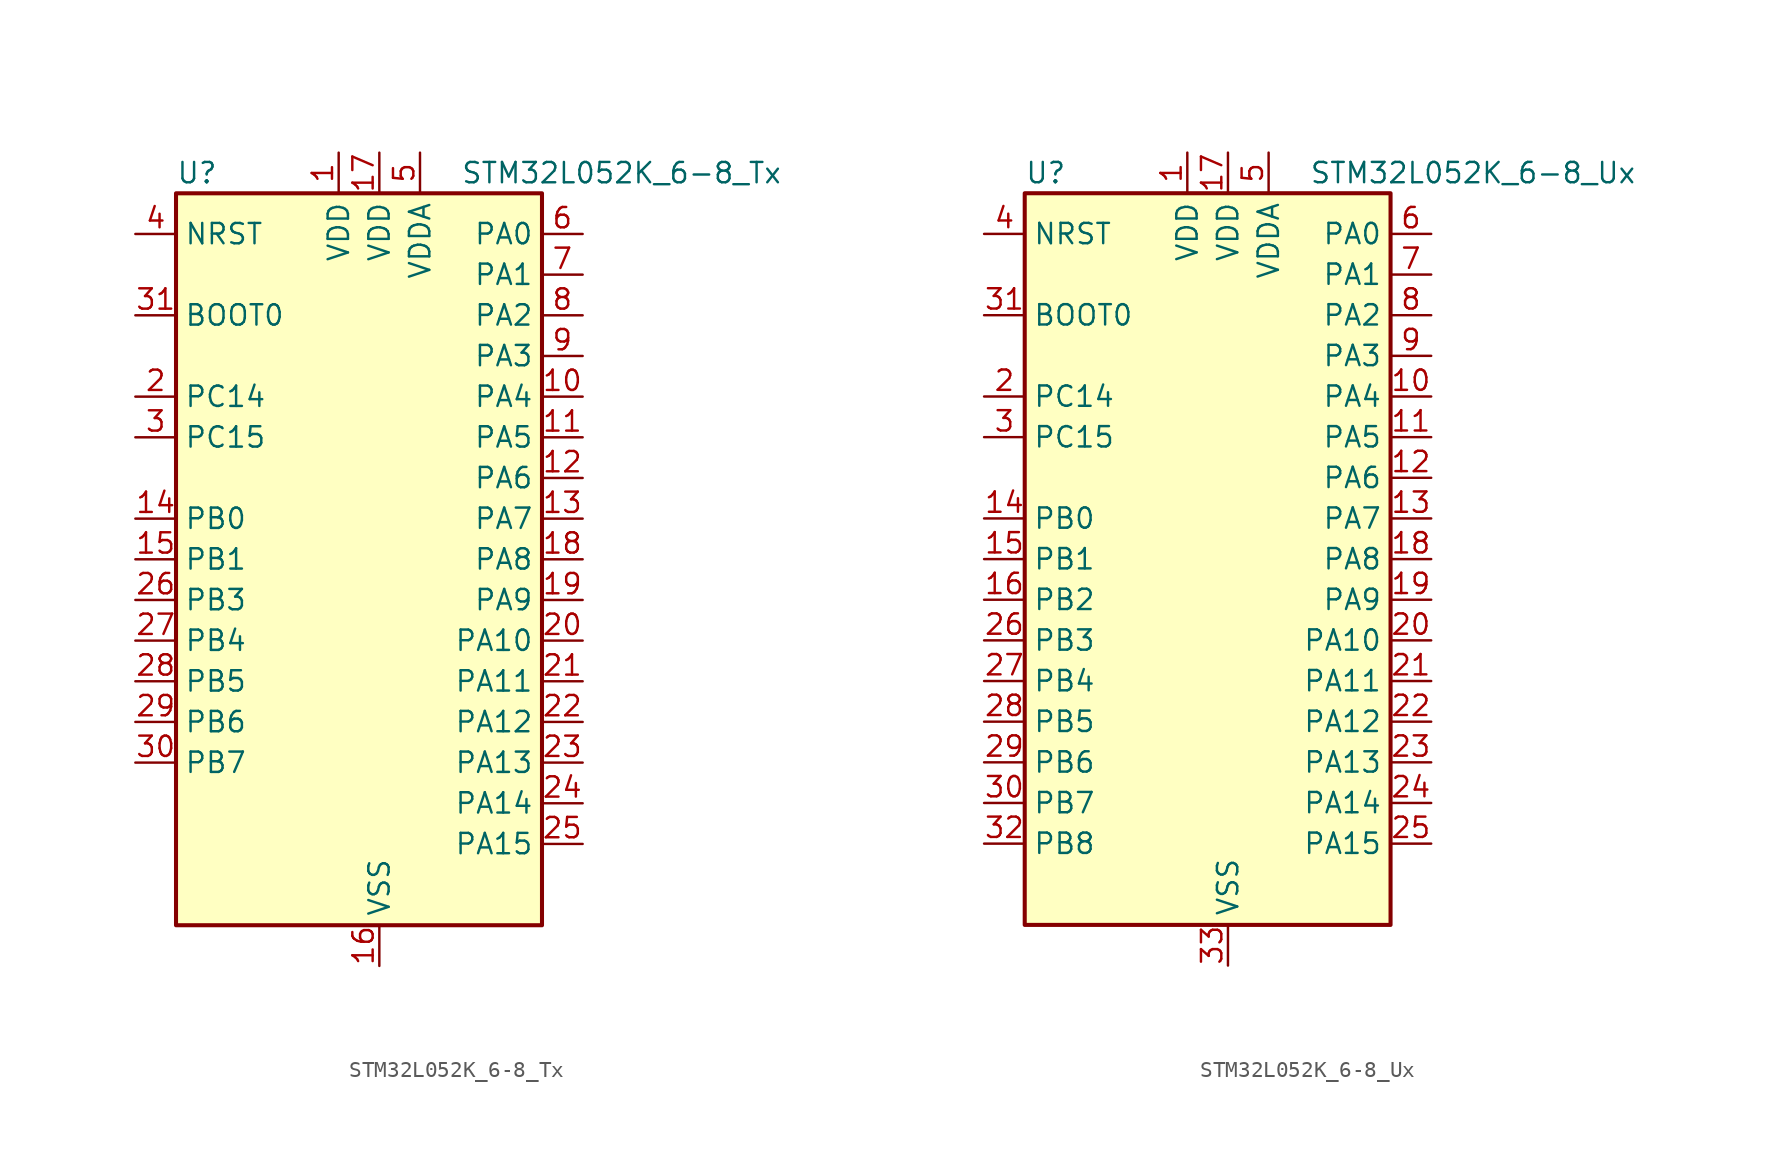
<source format=kicad_sym>
(kicad_symbol_lib
  (version 20231120)
  (generator "kicad_symbol_editor")
  (generator_version "8.0")
  (symbol "STM32L052K_6-8_Tx"
    (property "Reference" "U"
      (at -10.16 24.13 0)
      (effects (font (size 1.27 1.27)) (justify left)))
    (property "Value" "STM32L052K_6-8_Tx"
      (at 7.62 24.13 0)
      (effects (font (size 1.27 1.27)) (justify left)))
    (property "ki_locked" ""
      (at 0 0 0)
      (effects (font (size 1.27 1.27))))
    (symbol "STM32L052K_6-8_Tx_0_1"
      (rectangle (start -10.16 -22.86) (end 12.7 22.86) (stroke (width 0.254) (type default)) (fill (type background))))
    (symbol "STM32L052K_6-8_Tx_1_1"
      (pin power_in line (at 0 25.4 270) (length 2.54) (name "VDD" (effects (font (size 1.27 1.27)))) (number "1" (effects (font (size 1.27 1.27)))))
      (pin bidirectional line (at 15.24 10.16 180) (length 2.54) (name "PA4" (effects (font (size 1.27 1.27)))) (number "10" (effects (font (size 1.27 1.27)))) (alternate "ADC_IN4" bidirectional line) (alternate "COMP1_INM" bidirectional line) (alternate "COMP2_INM" bidirectional line) (alternate "DAC_OUT1" bidirectional line) (alternate "SPI1_NSS" bidirectional line) (alternate "TIM22_ETR" bidirectional line) (alternate "TSC_G2_IO1" bidirectional line) (alternate "USART2_CK" bidirectional line))
      (pin bidirectional line (at 15.24 7.62 180) (length 2.54) (name "PA5" (effects (font (size 1.27 1.27)))) (number "11" (effects (font (size 1.27 1.27)))) (alternate "ADC_IN5" bidirectional line) (alternate "COMP1_INM" bidirectional line) (alternate "COMP2_INM" bidirectional line) (alternate "SPI1_SCK" bidirectional line) (alternate "TIM2_CH1" bidirectional line) (alternate "TIM2_ETR" bidirectional line) (alternate "TSC_G2_IO2" bidirectional line))
      (pin bidirectional line (at 15.24 5.08 180) (length 2.54) (name "PA6" (effects (font (size 1.27 1.27)))) (number "12" (effects (font (size 1.27 1.27)))) (alternate "ADC_IN6" bidirectional line) (alternate "COMP1_OUT" bidirectional line) (alternate "SPI1_MISO" bidirectional line) (alternate "TIM22_CH1" bidirectional line) (alternate "TSC_G2_IO3" bidirectional line))
      (pin bidirectional line (at 15.24 2.54 180) (length 2.54) (name "PA7" (effects (font (size 1.27 1.27)))) (number "13" (effects (font (size 1.27 1.27)))) (alternate "ADC_IN7" bidirectional line) (alternate "COMP2_OUT" bidirectional line) (alternate "SPI1_MOSI" bidirectional line) (alternate "TIM22_CH2" bidirectional line) (alternate "TSC_G2_IO4" bidirectional line))
      (pin bidirectional line (at -12.7 2.54 0) (length 2.54) (name "PB0" (effects (font (size 1.27 1.27)))) (number "14" (effects (font (size 1.27 1.27)))) (alternate "ADC_IN8" bidirectional line) (alternate "SYS_VREF_OUT_PB0" bidirectional line) (alternate "TSC_G3_IO2" bidirectional line))
      (pin bidirectional line (at -12.7 0 0) (length 2.54) (name "PB1" (effects (font (size 1.27 1.27)))) (number "15" (effects (font (size 1.27 1.27)))) (alternate "ADC_IN9" bidirectional line) (alternate "SYS_VREF_OUT_PB1" bidirectional line) (alternate "TSC_G3_IO3" bidirectional line))
      (pin power_in line (at 2.54 -25.4 90) (length 2.54) (name "VSS" (effects (font (size 1.27 1.27)))) (number "16" (effects (font (size 1.27 1.27)))))
      (pin power_in line (at 2.54 25.4 270) (length 2.54) (name "VDD" (effects (font (size 1.27 1.27)))) (number "17" (effects (font (size 1.27 1.27)))))
      (pin bidirectional line (at 15.24 0 180) (length 2.54) (name "PA8" (effects (font (size 1.27 1.27)))) (number "18" (effects (font (size 1.27 1.27)))) (alternate "CRS_SYNC" bidirectional line) (alternate "RCC_MCO" bidirectional line) (alternate "USART1_CK" bidirectional line))
      (pin bidirectional line (at 15.24 -2.54 180) (length 2.54) (name "PA9" (effects (font (size 1.27 1.27)))) (number "19" (effects (font (size 1.27 1.27)))) (alternate "DAC_EXTI9" bidirectional line) (alternate "RCC_MCO" bidirectional line) (alternate "TSC_G4_IO1" bidirectional line) (alternate "USART1_TX" bidirectional line))
      (pin bidirectional line (at -12.7 10.16 0) (length 2.54) (name "PC14" (effects (font (size 1.27 1.27)))) (number "2" (effects (font (size 1.27 1.27)))) (alternate "RCC_OSC32_IN" bidirectional line))
      (pin bidirectional line (at 15.24 -5.08 180) (length 2.54) (name "PA10" (effects (font (size 1.27 1.27)))) (number "20" (effects (font (size 1.27 1.27)))) (alternate "TSC_G4_IO2" bidirectional line) (alternate "USART1_RX" bidirectional line))
      (pin bidirectional line (at 15.24 -7.62 180) (length 2.54) (name "PA11" (effects (font (size 1.27 1.27)))) (number "21" (effects (font (size 1.27 1.27)))) (alternate "ADC_EXTI11" bidirectional line) (alternate "COMP1_OUT" bidirectional line) (alternate "SPI1_MISO" bidirectional line) (alternate "TSC_G4_IO3" bidirectional line) (alternate "USART1_CTS" bidirectional line) (alternate "USB_DM" bidirectional line))
      (pin bidirectional line (at 15.24 -10.16 180) (length 2.54) (name "PA12" (effects (font (size 1.27 1.27)))) (number "22" (effects (font (size 1.27 1.27)))) (alternate "COMP2_OUT" bidirectional line) (alternate "SPI1_MOSI" bidirectional line) (alternate "TSC_G4_IO4" bidirectional line) (alternate "USART1_DE" bidirectional line) (alternate "USART1_RTS" bidirectional line) (alternate "USB_DP" bidirectional line))
      (pin bidirectional line (at 15.24 -12.7 180) (length 2.54) (name "PA13" (effects (font (size 1.27 1.27)))) (number "23" (effects (font (size 1.27 1.27)))) (alternate "SYS_SWDIO" bidirectional line) (alternate "USB_NOE" bidirectional line))
      (pin bidirectional line (at 15.24 -15.24 180) (length 2.54) (name "PA14" (effects (font (size 1.27 1.27)))) (number "24" (effects (font (size 1.27 1.27)))) (alternate "SYS_SWCLK" bidirectional line) (alternate "USART2_TX" bidirectional line))
      (pin bidirectional line (at 15.24 -17.78 180) (length 2.54) (name "PA15" (effects (font (size 1.27 1.27)))) (number "25" (effects (font (size 1.27 1.27)))) (alternate "SPI1_NSS" bidirectional line) (alternate "TIM2_CH1" bidirectional line) (alternate "TIM2_ETR" bidirectional line) (alternate "USART2_RX" bidirectional line))
      (pin bidirectional line (at -12.7 -2.54 0) (length 2.54) (name "PB3" (effects (font (size 1.27 1.27)))) (number "26" (effects (font (size 1.27 1.27)))) (alternate "COMP2_INM" bidirectional line) (alternate "SPI1_SCK" bidirectional line) (alternate "TIM2_CH2" bidirectional line) (alternate "TSC_G5_IO1" bidirectional line))
      (pin bidirectional line (at -12.7 -5.08 0) (length 2.54) (name "PB4" (effects (font (size 1.27 1.27)))) (number "27" (effects (font (size 1.27 1.27)))) (alternate "COMP2_INP" bidirectional line) (alternate "SPI1_MISO" bidirectional line) (alternate "TIM22_CH1" bidirectional line) (alternate "TSC_G5_IO2" bidirectional line))
      (pin bidirectional line (at -12.7 -7.62 0) (length 2.54) (name "PB5" (effects (font (size 1.27 1.27)))) (number "28" (effects (font (size 1.27 1.27)))) (alternate "COMP2_INP" bidirectional line) (alternate "I2C1_SMBA" bidirectional line) (alternate "LPTIM1_IN1" bidirectional line) (alternate "SPI1_MOSI" bidirectional line) (alternate "TIM22_CH2" bidirectional line))
      (pin bidirectional line (at -12.7 -10.16 0) (length 2.54) (name "PB6" (effects (font (size 1.27 1.27)))) (number "29" (effects (font (size 1.27 1.27)))) (alternate "COMP2_INP" bidirectional line) (alternate "I2C1_SCL" bidirectional line) (alternate "LPTIM1_ETR" bidirectional line) (alternate "TSC_G5_IO3" bidirectional line) (alternate "USART1_TX" bidirectional line))
      (pin bidirectional line (at -12.7 7.62 0) (length 2.54) (name "PC15" (effects (font (size 1.27 1.27)))) (number "3" (effects (font (size 1.27 1.27)))) (alternate "RCC_OSC32_OUT" bidirectional line))
      (pin bidirectional line (at -12.7 -12.7 0) (length 2.54) (name "PB7" (effects (font (size 1.27 1.27)))) (number "30" (effects (font (size 1.27 1.27)))) (alternate "COMP2_INP" bidirectional line) (alternate "I2C1_SDA" bidirectional line) (alternate "LPTIM1_IN2" bidirectional line) (alternate "SYS_PVD_IN" bidirectional line) (alternate "TSC_G5_IO4" bidirectional line) (alternate "USART1_RX" bidirectional line))
      (pin input line (at -12.7 15.24 0) (length 2.54) (name "BOOT0" (effects (font (size 1.27 1.27)))) (number "31" (effects (font (size 1.27 1.27)))))
      (pin passive line (at 2.54 -25.4 90) (length 2.54) hide (name "VSS" (effects (font (size 1.27 1.27)))) (number "32" (effects (font (size 1.27 1.27)))))
      (pin input line (at -12.7 20.32 0) (length 2.54) (name "NRST" (effects (font (size 1.27 1.27)))) (number "4" (effects (font (size 1.27 1.27)))))
      (pin power_in line (at 5.08 25.4 270) (length 2.54) (name "VDDA" (effects (font (size 1.27 1.27)))) (number "5" (effects (font (size 1.27 1.27)))))
      (pin bidirectional line (at 15.24 20.32 180) (length 2.54) (name "PA0" (effects (font (size 1.27 1.27)))) (number "6" (effects (font (size 1.27 1.27)))) (alternate "ADC_IN0" bidirectional line) (alternate "COMP1_INM" bidirectional line) (alternate "COMP1_OUT" bidirectional line) (alternate "RTC_TAMP2" bidirectional line) (alternate "SYS_WKUP1" bidirectional line) (alternate "TIM2_CH1" bidirectional line) (alternate "TIM2_ETR" bidirectional line) (alternate "TSC_G1_IO1" bidirectional line) (alternate "USART2_CTS" bidirectional line))
      (pin bidirectional line (at 15.24 17.78 180) (length 2.54) (name "PA1" (effects (font (size 1.27 1.27)))) (number "7" (effects (font (size 1.27 1.27)))) (alternate "ADC_IN1" bidirectional line) (alternate "COMP1_INP" bidirectional line) (alternate "TIM21_ETR" bidirectional line) (alternate "TIM2_CH2" bidirectional line) (alternate "TSC_G1_IO2" bidirectional line) (alternate "USART2_DE" bidirectional line) (alternate "USART2_RTS" bidirectional line))
      (pin bidirectional line (at 15.24 15.24 180) (length 2.54) (name "PA2" (effects (font (size 1.27 1.27)))) (number "8" (effects (font (size 1.27 1.27)))) (alternate "ADC_IN2" bidirectional line) (alternate "COMP2_INM" bidirectional line) (alternate "COMP2_OUT" bidirectional line) (alternate "TIM21_CH1" bidirectional line) (alternate "TIM2_CH3" bidirectional line) (alternate "TSC_G1_IO3" bidirectional line) (alternate "USART2_TX" bidirectional line))
      (pin bidirectional line (at 15.24 12.7 180) (length 2.54) (name "PA3" (effects (font (size 1.27 1.27)))) (number "9" (effects (font (size 1.27 1.27)))) (alternate "ADC_IN3" bidirectional line) (alternate "COMP2_INP" bidirectional line) (alternate "TIM21_CH2" bidirectional line) (alternate "TIM2_CH4" bidirectional line) (alternate "TSC_G1_IO4" bidirectional line) (alternate "USART2_RX" bidirectional line))))
  (symbol "STM32L052K_6-8_Ux"
    (property "Reference" "U"
      (at -10.16 24.13 0)
      (effects (font (size 1.27 1.27)) (justify left)))
    (property "Value" "STM32L052K_6-8_Ux"
      (at 7.62 24.13 0)
      (effects (font (size 1.27 1.27)) (justify left)))
    (property "ki_locked" ""
      (at 0 0 0)
      (effects (font (size 1.27 1.27))))
    (symbol "STM32L052K_6-8_Ux_0_1"
      (rectangle (start -10.16 -22.86) (end 12.7 22.86) (stroke (width 0.254) (type default)) (fill (type background))))
    (symbol "STM32L052K_6-8_Ux_1_1"
      (pin power_in line (at 0 25.4 270) (length 2.54) (name "VDD" (effects (font (size 1.27 1.27)))) (number "1" (effects (font (size 1.27 1.27)))))
      (pin bidirectional line (at 15.24 10.16 180) (length 2.54) (name "PA4" (effects (font (size 1.27 1.27)))) (number "10" (effects (font (size 1.27 1.27)))) (alternate "ADC_IN4" bidirectional line) (alternate "COMP1_INM" bidirectional line) (alternate "COMP2_INM" bidirectional line) (alternate "DAC_OUT1" bidirectional line) (alternate "SPI1_NSS" bidirectional line) (alternate "TIM22_ETR" bidirectional line) (alternate "TSC_G2_IO1" bidirectional line) (alternate "USART2_CK" bidirectional line))
      (pin bidirectional line (at 15.24 7.62 180) (length 2.54) (name "PA5" (effects (font (size 1.27 1.27)))) (number "11" (effects (font (size 1.27 1.27)))) (alternate "ADC_IN5" bidirectional line) (alternate "COMP1_INM" bidirectional line) (alternate "COMP2_INM" bidirectional line) (alternate "SPI1_SCK" bidirectional line) (alternate "TIM2_CH1" bidirectional line) (alternate "TIM2_ETR" bidirectional line) (alternate "TSC_G2_IO2" bidirectional line))
      (pin bidirectional line (at 15.24 5.08 180) (length 2.54) (name "PA6" (effects (font (size 1.27 1.27)))) (number "12" (effects (font (size 1.27 1.27)))) (alternate "ADC_IN6" bidirectional line) (alternate "COMP1_OUT" bidirectional line) (alternate "SPI1_MISO" bidirectional line) (alternate "TIM22_CH1" bidirectional line) (alternate "TSC_G2_IO3" bidirectional line))
      (pin bidirectional line (at 15.24 2.54 180) (length 2.54) (name "PA7" (effects (font (size 1.27 1.27)))) (number "13" (effects (font (size 1.27 1.27)))) (alternate "ADC_IN7" bidirectional line) (alternate "COMP2_OUT" bidirectional line) (alternate "SPI1_MOSI" bidirectional line) (alternate "TIM22_CH2" bidirectional line) (alternate "TSC_G2_IO4" bidirectional line))
      (pin bidirectional line (at -12.7 2.54 0) (length 2.54) (name "PB0" (effects (font (size 1.27 1.27)))) (number "14" (effects (font (size 1.27 1.27)))) (alternate "ADC_IN8" bidirectional line) (alternate "SYS_VREF_OUT_PB0" bidirectional line) (alternate "TSC_G3_IO2" bidirectional line))
      (pin bidirectional line (at -12.7 0 0) (length 2.54) (name "PB1" (effects (font (size 1.27 1.27)))) (number "15" (effects (font (size 1.27 1.27)))) (alternate "ADC_IN9" bidirectional line) (alternate "SYS_VREF_OUT_PB1" bidirectional line) (alternate "TSC_G3_IO3" bidirectional line))
      (pin bidirectional line (at -12.7 -2.54 0) (length 2.54) (name "PB2" (effects (font (size 1.27 1.27)))) (number "16" (effects (font (size 1.27 1.27)))) (alternate "LPTIM1_OUT" bidirectional line) (alternate "TSC_G3_IO4" bidirectional line))
      (pin power_in line (at 2.54 25.4 270) (length 2.54) (name "VDD" (effects (font (size 1.27 1.27)))) (number "17" (effects (font (size 1.27 1.27)))))
      (pin bidirectional line (at 15.24 0 180) (length 2.54) (name "PA8" (effects (font (size 1.27 1.27)))) (number "18" (effects (font (size 1.27 1.27)))) (alternate "CRS_SYNC" bidirectional line) (alternate "RCC_MCO" bidirectional line) (alternate "USART1_CK" bidirectional line))
      (pin bidirectional line (at 15.24 -2.54 180) (length 2.54) (name "PA9" (effects (font (size 1.27 1.27)))) (number "19" (effects (font (size 1.27 1.27)))) (alternate "DAC_EXTI9" bidirectional line) (alternate "RCC_MCO" bidirectional line) (alternate "TSC_G4_IO1" bidirectional line) (alternate "USART1_TX" bidirectional line))
      (pin bidirectional line (at -12.7 10.16 0) (length 2.54) (name "PC14" (effects (font (size 1.27 1.27)))) (number "2" (effects (font (size 1.27 1.27)))) (alternate "RCC_OSC32_IN" bidirectional line))
      (pin bidirectional line (at 15.24 -5.08 180) (length 2.54) (name "PA10" (effects (font (size 1.27 1.27)))) (number "20" (effects (font (size 1.27 1.27)))) (alternate "TSC_G4_IO2" bidirectional line) (alternate "USART1_RX" bidirectional line))
      (pin bidirectional line (at 15.24 -7.62 180) (length 2.54) (name "PA11" (effects (font (size 1.27 1.27)))) (number "21" (effects (font (size 1.27 1.27)))) (alternate "ADC_EXTI11" bidirectional line) (alternate "COMP1_OUT" bidirectional line) (alternate "SPI1_MISO" bidirectional line) (alternate "TSC_G4_IO3" bidirectional line) (alternate "USART1_CTS" bidirectional line) (alternate "USB_DM" bidirectional line))
      (pin bidirectional line (at 15.24 -10.16 180) (length 2.54) (name "PA12" (effects (font (size 1.27 1.27)))) (number "22" (effects (font (size 1.27 1.27)))) (alternate "COMP2_OUT" bidirectional line) (alternate "SPI1_MOSI" bidirectional line) (alternate "TSC_G4_IO4" bidirectional line) (alternate "USART1_DE" bidirectional line) (alternate "USART1_RTS" bidirectional line) (alternate "USB_DP" bidirectional line))
      (pin bidirectional line (at 15.24 -12.7 180) (length 2.54) (name "PA13" (effects (font (size 1.27 1.27)))) (number "23" (effects (font (size 1.27 1.27)))) (alternate "SYS_SWDIO" bidirectional line) (alternate "USB_NOE" bidirectional line))
      (pin bidirectional line (at 15.24 -15.24 180) (length 2.54) (name "PA14" (effects (font (size 1.27 1.27)))) (number "24" (effects (font (size 1.27 1.27)))) (alternate "SYS_SWCLK" bidirectional line) (alternate "USART2_TX" bidirectional line))
      (pin bidirectional line (at 15.24 -17.78 180) (length 2.54) (name "PA15" (effects (font (size 1.27 1.27)))) (number "25" (effects (font (size 1.27 1.27)))) (alternate "SPI1_NSS" bidirectional line) (alternate "TIM2_CH1" bidirectional line) (alternate "TIM2_ETR" bidirectional line) (alternate "USART2_RX" bidirectional line))
      (pin bidirectional line (at -12.7 -5.08 0) (length 2.54) (name "PB3" (effects (font (size 1.27 1.27)))) (number "26" (effects (font (size 1.27 1.27)))) (alternate "COMP2_INM" bidirectional line) (alternate "SPI1_SCK" bidirectional line) (alternate "TIM2_CH2" bidirectional line) (alternate "TSC_G5_IO1" bidirectional line))
      (pin bidirectional line (at -12.7 -7.62 0) (length 2.54) (name "PB4" (effects (font (size 1.27 1.27)))) (number "27" (effects (font (size 1.27 1.27)))) (alternate "COMP2_INP" bidirectional line) (alternate "SPI1_MISO" bidirectional line) (alternate "TIM22_CH1" bidirectional line) (alternate "TSC_G5_IO2" bidirectional line))
      (pin bidirectional line (at -12.7 -10.16 0) (length 2.54) (name "PB5" (effects (font (size 1.27 1.27)))) (number "28" (effects (font (size 1.27 1.27)))) (alternate "COMP2_INP" bidirectional line) (alternate "I2C1_SMBA" bidirectional line) (alternate "LPTIM1_IN1" bidirectional line) (alternate "SPI1_MOSI" bidirectional line) (alternate "TIM22_CH2" bidirectional line))
      (pin bidirectional line (at -12.7 -12.7 0) (length 2.54) (name "PB6" (effects (font (size 1.27 1.27)))) (number "29" (effects (font (size 1.27 1.27)))) (alternate "COMP2_INP" bidirectional line) (alternate "I2C1_SCL" bidirectional line) (alternate "LPTIM1_ETR" bidirectional line) (alternate "TSC_G5_IO3" bidirectional line) (alternate "USART1_TX" bidirectional line))
      (pin bidirectional line (at -12.7 7.62 0) (length 2.54) (name "PC15" (effects (font (size 1.27 1.27)))) (number "3" (effects (font (size 1.27 1.27)))) (alternate "RCC_OSC32_OUT" bidirectional line))
      (pin bidirectional line (at -12.7 -15.24 0) (length 2.54) (name "PB7" (effects (font (size 1.27 1.27)))) (number "30" (effects (font (size 1.27 1.27)))) (alternate "COMP2_INP" bidirectional line) (alternate "I2C1_SDA" bidirectional line) (alternate "LPTIM1_IN2" bidirectional line) (alternate "SYS_PVD_IN" bidirectional line) (alternate "TSC_G5_IO4" bidirectional line) (alternate "USART1_RX" bidirectional line))
      (pin input line (at -12.7 15.24 0) (length 2.54) (name "BOOT0" (effects (font (size 1.27 1.27)))) (number "31" (effects (font (size 1.27 1.27)))))
      (pin bidirectional line (at -12.7 -17.78 0) (length 2.54) (name "PB8" (effects (font (size 1.27 1.27)))) (number "32" (effects (font (size 1.27 1.27)))) (alternate "I2C1_SCL" bidirectional line) (alternate "TSC_SYNC" bidirectional line))
      (pin power_in line (at 2.54 -25.4 90) (length 2.54) (name "VSS" (effects (font (size 1.27 1.27)))) (number "33" (effects (font (size 1.27 1.27)))))
      (pin input line (at -12.7 20.32 0) (length 2.54) (name "NRST" (effects (font (size 1.27 1.27)))) (number "4" (effects (font (size 1.27 1.27)))))
      (pin power_in line (at 5.08 25.4 270) (length 2.54) (name "VDDA" (effects (font (size 1.27 1.27)))) (number "5" (effects (font (size 1.27 1.27)))))
      (pin bidirectional line (at 15.24 20.32 180) (length 2.54) (name "PA0" (effects (font (size 1.27 1.27)))) (number "6" (effects (font (size 1.27 1.27)))) (alternate "ADC_IN0" bidirectional line) (alternate "COMP1_INM" bidirectional line) (alternate "COMP1_OUT" bidirectional line) (alternate "RTC_TAMP2" bidirectional line) (alternate "SYS_WKUP1" bidirectional line) (alternate "TIM2_CH1" bidirectional line) (alternate "TIM2_ETR" bidirectional line) (alternate "TSC_G1_IO1" bidirectional line) (alternate "USART2_CTS" bidirectional line))
      (pin bidirectional line (at 15.24 17.78 180) (length 2.54) (name "PA1" (effects (font (size 1.27 1.27)))) (number "7" (effects (font (size 1.27 1.27)))) (alternate "ADC_IN1" bidirectional line) (alternate "COMP1_INP" bidirectional line) (alternate "TIM21_ETR" bidirectional line) (alternate "TIM2_CH2" bidirectional line) (alternate "TSC_G1_IO2" bidirectional line) (alternate "USART2_DE" bidirectional line) (alternate "USART2_RTS" bidirectional line))
      (pin bidirectional line (at 15.24 15.24 180) (length 2.54) (name "PA2" (effects (font (size 1.27 1.27)))) (number "8" (effects (font (size 1.27 1.27)))) (alternate "ADC_IN2" bidirectional line) (alternate "COMP2_INM" bidirectional line) (alternate "COMP2_OUT" bidirectional line) (alternate "TIM21_CH1" bidirectional line) (alternate "TIM2_CH3" bidirectional line) (alternate "TSC_G1_IO3" bidirectional line) (alternate "USART2_TX" bidirectional line))
      (pin bidirectional line (at 15.24 12.7 180) (length 2.54) (name "PA3" (effects (font (size 1.27 1.27)))) (number "9" (effects (font (size 1.27 1.27)))) (alternate "ADC_IN3" bidirectional line) (alternate "COMP2_INP" bidirectional line) (alternate "TIM21_CH2" bidirectional line) (alternate "TIM2_CH4" bidirectional line) (alternate "TSC_G1_IO4" bidirectional line) (alternate "USART2_RX" bidirectional line)))))
</source>
